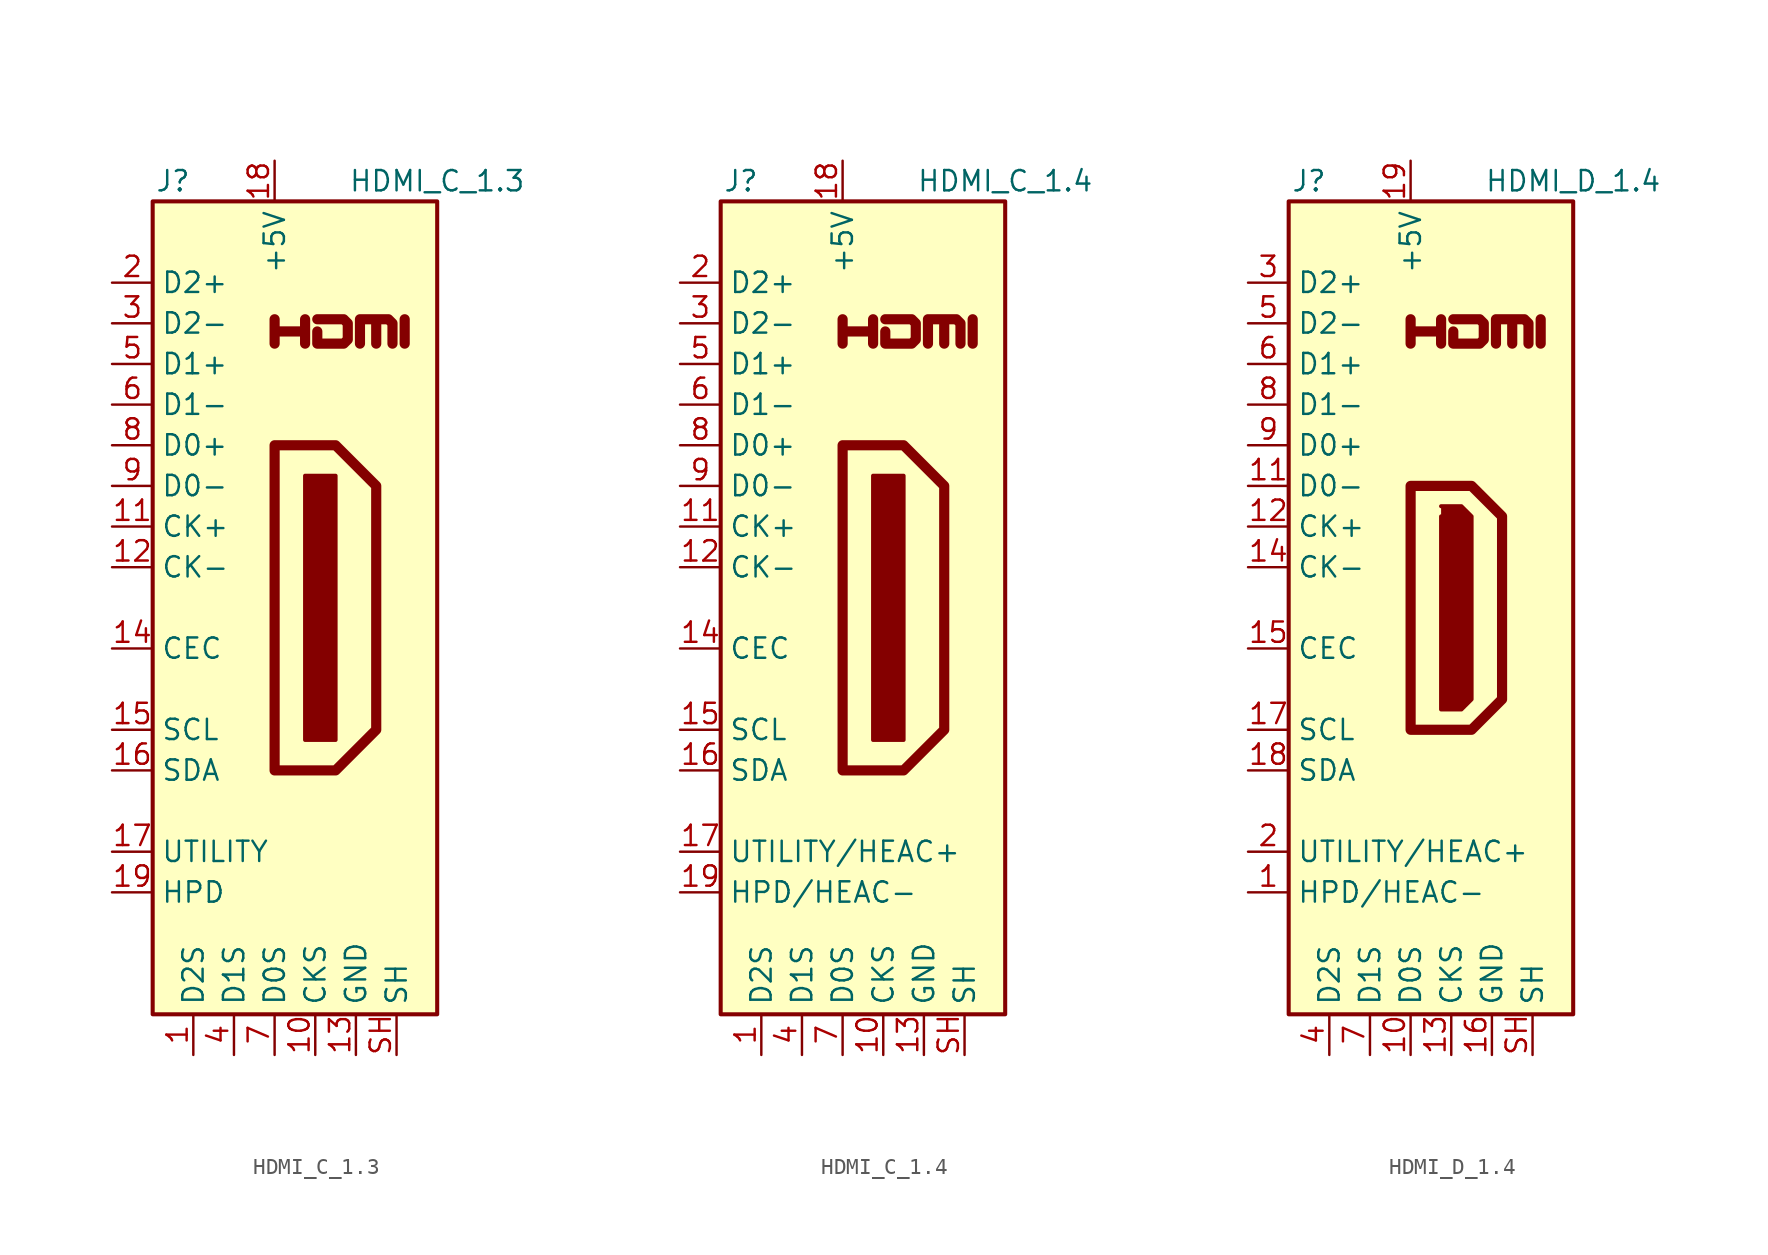
<source format=kicad_sym>
(kicad_symbol_lib
  (version 20211014)
  (generator kicad_symbol_editor)
  (symbol "HDMI_C_1.3"
    (property "Reference" "J"
      (at -6.35 26.67 0)
      (effects (font (size 1.27 1.27))))
    (property "Value" "HDMI_C_1.3"
      (at 10.16 26.67 0)
      (effects (font (size 1.27 1.27))))
    (symbol "HDMI_C_1.3_0_0"
      (polyline (pts (xy 8.128 16.51) (xy 8.128 18.034)) (stroke (width 0.635) (type default) (color 0 0 0 0)) (fill (type none)))
      (polyline (pts (xy 0 16.51) (xy 0 18.034) (xy 0 17.272) (xy 1.905 17.272) (xy 1.905 18.034) (xy 1.905 16.51)) (stroke (width 0.635) (type default) (color 0 0 0 0)) (fill (type none)))
      (polyline (pts (xy 2.667 18.034) (xy 4.318 18.034) (xy 4.572 17.78) (xy 4.572 16.764) (xy 4.318 16.51) (xy 2.667 16.51) (xy 2.667 17.272)) (stroke (width 0.635) (type default) (color 0 0 0 0)) (fill (type none))))
    (symbol "HDMI_C_1.3_0_1"
      (rectangle (start -7.62 25.4) (end 10.16 -25.4) (stroke (width 0.254) (type default) (color 0 0 0 0)) (fill (type background)))
      (polyline (pts (xy 0 10.16) (xy 3.81 10.16) (xy 6.35 7.62) (xy 6.35 -7.62) (xy 3.81 -10.16) (xy 0 -10.16) (xy 0 10.16)) (stroke (width 0.635) (type default) (color 0 0 0 0)) (fill (type none)))
      (polyline (pts (xy 5.334 16.51) (xy 5.334 18.034) (xy 6.35 18.034) (xy 6.35 16.51) (xy 6.35 18.034) (xy 7.112 18.034) (xy 7.366 17.78) (xy 7.366 16.51)) (stroke (width 0.635) (type default) (color 0 0 0 0)) (fill (type none)))
      (rectangle (start 1.905 8.255) (end 3.81 -8.255) (stroke (width 0.254) (type default) (color 0 0 0 0)) (fill (type outline))))
    (symbol "HDMI_C_1.3_1_1"
      (pin power_in line (at -5.08 -27.94 90) (length 2.54) (name "D2S" (effects (font (size 1.27 1.27)))) (number "1" (effects (font (size 1.27 1.27)))))
      (pin power_in line (at 2.54 -27.94 90) (length 2.54) (name "CKS" (effects (font (size 1.27 1.27)))) (number "10" (effects (font (size 1.27 1.27)))))
      (pin passive line (at -10.16 5.08 0) (length 2.54) (name "CK+" (effects (font (size 1.27 1.27)))) (number "11" (effects (font (size 1.27 1.27)))))
      (pin passive line (at -10.16 2.54 0) (length 2.54) (name "CK-" (effects (font (size 1.27 1.27)))) (number "12" (effects (font (size 1.27 1.27)))))
      (pin power_in line (at 5.08 -27.94 90) (length 2.54) (name "GND" (effects (font (size 1.27 1.27)))) (number "13" (effects (font (size 1.27 1.27)))))
      (pin bidirectional line (at -10.16 -2.54 0) (length 2.54) (name "CEC" (effects (font (size 1.27 1.27)))) (number "14" (effects (font (size 1.27 1.27)))))
      (pin passive line (at -10.16 -7.62 0) (length 2.54) (name "SCL" (effects (font (size 1.27 1.27)))) (number "15" (effects (font (size 1.27 1.27)))))
      (pin bidirectional line (at -10.16 -10.16 0) (length 2.54) (name "SDA" (effects (font (size 1.27 1.27)))) (number "16" (effects (font (size 1.27 1.27)))))
      (pin passive line (at -10.16 -15.24 0) (length 2.54) (name "UTILITY" (effects (font (size 1.27 1.27)))) (number "17" (effects (font (size 1.27 1.27)))))
      (pin power_in line (at 0 27.94 270) (length 2.54) (name "+5V" (effects (font (size 1.27 1.27)))) (number "18" (effects (font (size 1.27 1.27)))))
      (pin passive line (at -10.16 -17.78 0) (length 2.54) (name "HPD" (effects (font (size 1.27 1.27)))) (number "19" (effects (font (size 1.27 1.27)))))
      (pin passive line (at -10.16 20.32 0) (length 2.54) (name "D2+" (effects (font (size 1.27 1.27)))) (number "2" (effects (font (size 1.27 1.27)))))
      (pin passive line (at -10.16 17.78 0) (length 2.54) (name "D2-" (effects (font (size 1.27 1.27)))) (number "3" (effects (font (size 1.27 1.27)))))
      (pin power_in line (at -2.54 -27.94 90) (length 2.54) (name "D1S" (effects (font (size 1.27 1.27)))) (number "4" (effects (font (size 1.27 1.27)))))
      (pin passive line (at -10.16 15.24 0) (length 2.54) (name "D1+" (effects (font (size 1.27 1.27)))) (number "5" (effects (font (size 1.27 1.27)))))
      (pin passive line (at -10.16 12.7 0) (length 2.54) (name "D1-" (effects (font (size 1.27 1.27)))) (number "6" (effects (font (size 1.27 1.27)))))
      (pin power_in line (at 0 -27.94 90) (length 2.54) (name "D0S" (effects (font (size 1.27 1.27)))) (number "7" (effects (font (size 1.27 1.27)))))
      (pin passive line (at -10.16 10.16 0) (length 2.54) (name "D0+" (effects (font (size 1.27 1.27)))) (number "8" (effects (font (size 1.27 1.27)))))
      (pin passive line (at -10.16 7.62 0) (length 2.54) (name "D0-" (effects (font (size 1.27 1.27)))) (number "9" (effects (font (size 1.27 1.27)))))
      (pin passive line (at 7.62 -27.94 90) (length 2.54) (name "SH" (effects (font (size 1.27 1.27)))) (number "SH" (effects (font (size 1.27 1.27)))))))
  (symbol "HDMI_C_1.4"
    (property "Reference" "J"
      (at -6.35 26.67 0)
      (effects (font (size 1.27 1.27))))
    (property "Value" "HDMI_C_1.4"
      (at 10.16 26.67 0)
      (effects (font (size 1.27 1.27))))
    (symbol "HDMI_C_1.4_0_0"
      (polyline (pts (xy 8.128 16.51) (xy 8.128 18.034)) (stroke (width 0.635) (type default) (color 0 0 0 0)) (fill (type none)))
      (polyline (pts (xy 0 16.51) (xy 0 18.034) (xy 0 17.272) (xy 1.905 17.272) (xy 1.905 18.034) (xy 1.905 16.51)) (stroke (width 0.635) (type default) (color 0 0 0 0)) (fill (type none)))
      (polyline (pts (xy 2.667 18.034) (xy 4.318 18.034) (xy 4.572 17.78) (xy 4.572 16.764) (xy 4.318 16.51) (xy 2.667 16.51) (xy 2.667 17.272)) (stroke (width 0.635) (type default) (color 0 0 0 0)) (fill (type none))))
    (symbol "HDMI_C_1.4_0_1"
      (rectangle (start -7.62 25.4) (end 10.16 -25.4) (stroke (width 0.254) (type default) (color 0 0 0 0)) (fill (type background)))
      (polyline (pts (xy 0 10.16) (xy 3.81 10.16) (xy 6.35 7.62) (xy 6.35 -7.62) (xy 3.81 -10.16) (xy 0 -10.16) (xy 0 10.16)) (stroke (width 0.635) (type default) (color 0 0 0 0)) (fill (type none)))
      (polyline (pts (xy 5.334 16.51) (xy 5.334 18.034) (xy 6.35 18.034) (xy 6.35 16.51) (xy 6.35 18.034) (xy 7.112 18.034) (xy 7.366 17.78) (xy 7.366 16.51)) (stroke (width 0.635) (type default) (color 0 0 0 0)) (fill (type none)))
      (rectangle (start 1.905 8.255) (end 3.81 -8.255) (stroke (width 0.254) (type default) (color 0 0 0 0)) (fill (type outline))))
    (symbol "HDMI_C_1.4_1_1"
      (pin power_in line (at -5.08 -27.94 90) (length 2.54) (name "D2S" (effects (font (size 1.27 1.27)))) (number "1" (effects (font (size 1.27 1.27)))))
      (pin power_in line (at 2.54 -27.94 90) (length 2.54) (name "CKS" (effects (font (size 1.27 1.27)))) (number "10" (effects (font (size 1.27 1.27)))))
      (pin passive line (at -10.16 5.08 0) (length 2.54) (name "CK+" (effects (font (size 1.27 1.27)))) (number "11" (effects (font (size 1.27 1.27)))))
      (pin passive line (at -10.16 2.54 0) (length 2.54) (name "CK-" (effects (font (size 1.27 1.27)))) (number "12" (effects (font (size 1.27 1.27)))))
      (pin power_in line (at 5.08 -27.94 90) (length 2.54) (name "GND" (effects (font (size 1.27 1.27)))) (number "13" (effects (font (size 1.27 1.27)))))
      (pin bidirectional line (at -10.16 -2.54 0) (length 2.54) (name "CEC" (effects (font (size 1.27 1.27)))) (number "14" (effects (font (size 1.27 1.27)))))
      (pin passive line (at -10.16 -7.62 0) (length 2.54) (name "SCL" (effects (font (size 1.27 1.27)))) (number "15" (effects (font (size 1.27 1.27)))))
      (pin bidirectional line (at -10.16 -10.16 0) (length 2.54) (name "SDA" (effects (font (size 1.27 1.27)))) (number "16" (effects (font (size 1.27 1.27)))))
      (pin passive line (at -10.16 -15.24 0) (length 2.54) (name "UTILITY/HEAC+" (effects (font (size 1.27 1.27)))) (number "17" (effects (font (size 1.27 1.27)))))
      (pin power_in line (at 0 27.94 270) (length 2.54) (name "+5V" (effects (font (size 1.27 1.27)))) (number "18" (effects (font (size 1.27 1.27)))))
      (pin passive line (at -10.16 -17.78 0) (length 2.54) (name "HPD/HEAC-" (effects (font (size 1.27 1.27)))) (number "19" (effects (font (size 1.27 1.27)))))
      (pin passive line (at -10.16 20.32 0) (length 2.54) (name "D2+" (effects (font (size 1.27 1.27)))) (number "2" (effects (font (size 1.27 1.27)))))
      (pin passive line (at -10.16 17.78 0) (length 2.54) (name "D2-" (effects (font (size 1.27 1.27)))) (number "3" (effects (font (size 1.27 1.27)))))
      (pin power_in line (at -2.54 -27.94 90) (length 2.54) (name "D1S" (effects (font (size 1.27 1.27)))) (number "4" (effects (font (size 1.27 1.27)))))
      (pin passive line (at -10.16 15.24 0) (length 2.54) (name "D1+" (effects (font (size 1.27 1.27)))) (number "5" (effects (font (size 1.27 1.27)))))
      (pin passive line (at -10.16 12.7 0) (length 2.54) (name "D1-" (effects (font (size 1.27 1.27)))) (number "6" (effects (font (size 1.27 1.27)))))
      (pin power_in line (at 0 -27.94 90) (length 2.54) (name "D0S" (effects (font (size 1.27 1.27)))) (number "7" (effects (font (size 1.27 1.27)))))
      (pin passive line (at -10.16 10.16 0) (length 2.54) (name "D0+" (effects (font (size 1.27 1.27)))) (number "8" (effects (font (size 1.27 1.27)))))
      (pin passive line (at -10.16 7.62 0) (length 2.54) (name "D0-" (effects (font (size 1.27 1.27)))) (number "9" (effects (font (size 1.27 1.27)))))
      (pin passive line (at 7.62 -27.94 90) (length 2.54) (name "SH" (effects (font (size 1.27 1.27)))) (number "SH" (effects (font (size 1.27 1.27)))))))
  (symbol "HDMI_D_1.4"
    (property "Reference" "J"
      (at -6.35 26.67 0)
      (effects (font (size 1.27 1.27))))
    (property "Value" "HDMI_D_1.4"
      (at 10.16 26.67 0)
      (effects (font (size 1.27 1.27))))
    (symbol "HDMI_D_1.4_0_0"
      (polyline (pts (xy 8.128 16.51) (xy 8.128 18.034)) (stroke (width 0.635) (type default) (color 0 0 0 0)) (fill (type none)))
      (polyline (pts (xy 0 16.51) (xy 0 18.034) (xy 0 17.272) (xy 1.905 17.272) (xy 1.905 18.034) (xy 1.905 16.51)) (stroke (width 0.635) (type default) (color 0 0 0 0)) (fill (type none)))
      (polyline (pts (xy 2.667 18.034) (xy 4.318 18.034) (xy 4.572 17.78) (xy 4.572 16.764) (xy 4.318 16.51) (xy 2.667 16.51) (xy 2.667 17.272)) (stroke (width 0.635) (type default) (color 0 0 0 0)) (fill (type none))))
    (symbol "HDMI_D_1.4_0_1"
      (rectangle (start -7.62 25.4) (end 10.16 -25.4) (stroke (width 0.254) (type default) (color 0 0 0 0)) (fill (type background)))
      (polyline (pts (xy 0 7.62) (xy 3.81 7.62) (xy 5.715 5.715) (xy 5.715 -5.715) (xy 3.81 -7.62) (xy 0 -7.62) (xy 0 7.62)) (stroke (width 0.635) (type default) (color 0 0 0 0)) (fill (type none)))
      (polyline (pts (xy 1.905 6.35) (xy 3.175 6.35) (xy 3.81 5.715) (xy 3.81 -5.715) (xy 3.175 -6.35) (xy 1.905 -6.35) (xy 1.905 5.715)) (stroke (width 0.254) (type default) (color 0 0 0 0)) (fill (type outline)))
      (polyline (pts (xy 5.334 16.51) (xy 5.334 18.034) (xy 6.35 18.034) (xy 6.35 16.51) (xy 6.35 18.034) (xy 7.112 18.034) (xy 7.366 17.78) (xy 7.366 16.51)) (stroke (width 0.635) (type default) (color 0 0 0 0)) (fill (type none))))
    (symbol "HDMI_D_1.4_1_1"
      (pin passive line (at -10.16 -17.78 0) (length 2.54) (name "HPD/HEAC-" (effects (font (size 1.27 1.27)))) (number "1" (effects (font (size 1.27 1.27)))))
      (pin power_in line (at 0 -27.94 90) (length 2.54) (name "D0S" (effects (font (size 1.27 1.27)))) (number "10" (effects (font (size 1.27 1.27)))))
      (pin passive line (at -10.16 7.62 0) (length 2.54) (name "D0-" (effects (font (size 1.27 1.27)))) (number "11" (effects (font (size 1.27 1.27)))))
      (pin passive line (at -10.16 5.08 0) (length 2.54) (name "CK+" (effects (font (size 1.27 1.27)))) (number "12" (effects (font (size 1.27 1.27)))))
      (pin power_in line (at 2.54 -27.94 90) (length 2.54) (name "CKS" (effects (font (size 1.27 1.27)))) (number "13" (effects (font (size 1.27 1.27)))))
      (pin passive line (at -10.16 2.54 0) (length 2.54) (name "CK-" (effects (font (size 1.27 1.27)))) (number "14" (effects (font (size 1.27 1.27)))))
      (pin bidirectional line (at -10.16 -2.54 0) (length 2.54) (name "CEC" (effects (font (size 1.27 1.27)))) (number "15" (effects (font (size 1.27 1.27)))))
      (pin power_in line (at 5.08 -27.94 90) (length 2.54) (name "GND" (effects (font (size 1.27 1.27)))) (number "16" (effects (font (size 1.27 1.27)))))
      (pin passive line (at -10.16 -7.62 0) (length 2.54) (name "SCL" (effects (font (size 1.27 1.27)))) (number "17" (effects (font (size 1.27 1.27)))))
      (pin bidirectional line (at -10.16 -10.16 0) (length 2.54) (name "SDA" (effects (font (size 1.27 1.27)))) (number "18" (effects (font (size 1.27 1.27)))))
      (pin power_in line (at 0 27.94 270) (length 2.54) (name "+5V" (effects (font (size 1.27 1.27)))) (number "19" (effects (font (size 1.27 1.27)))))
      (pin passive line (at -10.16 -15.24 0) (length 2.54) (name "UTILITY/HEAC+" (effects (font (size 1.27 1.27)))) (number "2" (effects (font (size 1.27 1.27)))))
      (pin passive line (at -10.16 20.32 0) (length 2.54) (name "D2+" (effects (font (size 1.27 1.27)))) (number "3" (effects (font (size 1.27 1.27)))))
      (pin power_in line (at -5.08 -27.94 90) (length 2.54) (name "D2S" (effects (font (size 1.27 1.27)))) (number "4" (effects (font (size 1.27 1.27)))))
      (pin passive line (at -10.16 17.78 0) (length 2.54) (name "D2-" (effects (font (size 1.27 1.27)))) (number "5" (effects (font (size 1.27 1.27)))))
      (pin passive line (at -10.16 15.24 0) (length 2.54) (name "D1+" (effects (font (size 1.27 1.27)))) (number "6" (effects (font (size 1.27 1.27)))))
      (pin power_in line (at -2.54 -27.94 90) (length 2.54) (name "D1S" (effects (font (size 1.27 1.27)))) (number "7" (effects (font (size 1.27 1.27)))))
      (pin passive line (at -10.16 12.7 0) (length 2.54) (name "D1-" (effects (font (size 1.27 1.27)))) (number "8" (effects (font (size 1.27 1.27)))))
      (pin passive line (at -10.16 10.16 0) (length 2.54) (name "D0+" (effects (font (size 1.27 1.27)))) (number "9" (effects (font (size 1.27 1.27)))))
      (pin passive line (at 7.62 -27.94 90) (length 2.54) (name "SH" (effects (font (size 1.27 1.27)))) (number "SH" (effects (font (size 1.27 1.27))))))))
</source>
